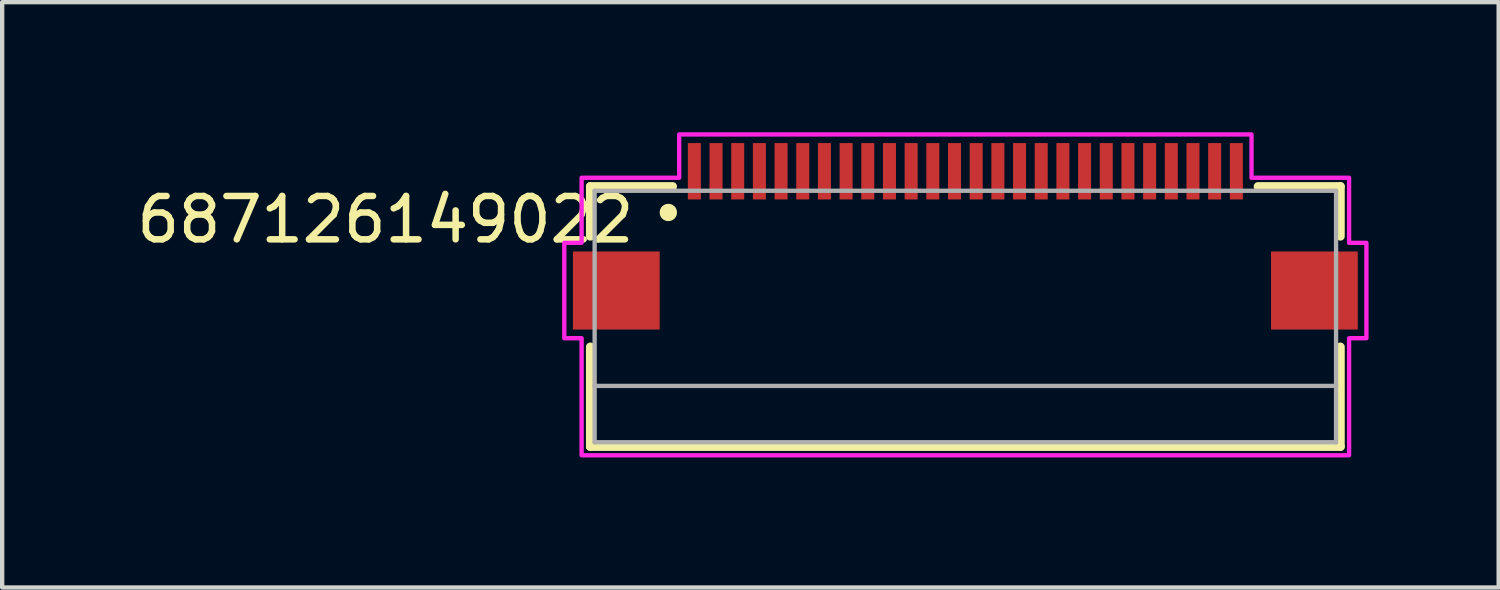
<source format=kicad_pcb>
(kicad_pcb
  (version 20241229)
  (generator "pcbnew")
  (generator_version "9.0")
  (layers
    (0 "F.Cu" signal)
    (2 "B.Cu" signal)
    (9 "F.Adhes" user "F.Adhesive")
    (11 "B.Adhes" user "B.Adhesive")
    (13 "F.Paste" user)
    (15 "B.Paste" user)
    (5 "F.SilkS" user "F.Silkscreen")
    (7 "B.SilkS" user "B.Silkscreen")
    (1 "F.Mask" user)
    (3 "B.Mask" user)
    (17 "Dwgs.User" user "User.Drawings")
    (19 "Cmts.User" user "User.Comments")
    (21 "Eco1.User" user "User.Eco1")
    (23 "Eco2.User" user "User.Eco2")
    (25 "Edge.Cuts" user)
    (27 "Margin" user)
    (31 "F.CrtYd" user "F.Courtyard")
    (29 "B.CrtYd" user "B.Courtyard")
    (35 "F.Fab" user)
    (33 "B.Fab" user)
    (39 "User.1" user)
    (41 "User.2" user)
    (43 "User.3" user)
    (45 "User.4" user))
  (footprint "687126149022"
    (layer "F.Cu")
    (at 19.214 4.25)
    (property "Reference" "687126149022" (at -13.375 -2.235 0) (layer "F.SilkS") (effects (font (size 1 1) (thickness 0.15))))
    (attr smd)
    (fp_line (start -8.65 -3) (end -8.65 -1.85) (stroke (width 0.2) (type solid)) (layer "F.SilkS"))
    (fp_line (start -8.65 0.7) (end -8.65 3) (stroke (width 0.2) (type solid)) (layer "F.SilkS"))
    (fp_line (start -8.65 3) (end 8.65 3) (stroke (width 0.2) (type solid)) (layer "F.SilkS"))
    (fp_line (start -6.75 -3) (end -8.65 -3) (stroke (width 0.2) (type solid)) (layer "F.SilkS"))
    (fp_line (start 6.75 -3) (end 8.65 -3) (stroke (width 0.2) (type solid)) (layer "F.SilkS"))
    (fp_line (start 8.65 -3) (end 8.65 -1.85) (stroke (width 0.2) (type solid)) (layer "F.SilkS"))
    (fp_line (start 8.65 3) (end 8.65 0.7) (stroke (width 0.2) (type solid)) (layer "F.SilkS"))
    (fp_circle (center -6.85 -2.4) (end -6.75 -2.4) (stroke (width 0.2) (type solid)) (fill no) (layer "F.SilkS"))
    (fp_poly (pts (xy -6.6 -4.2) (xy 6.6 -4.2) (xy 6.6 -3.2) (xy 8.85 -3.2) (xy 8.85 -1.7) (xy 9.25 -1.7) (xy 9.25 0.5) (xy 8.85 0.5) (xy 8.85 3.2) (xy -8.85 3.2) (xy -8.85 0.5) (xy -9.25 0.5) (xy -9.25 -1.7) (xy -8.85 -1.7) (xy -8.85 -3.2) (xy -6.6 -3.2)) (stroke (width 0.1) (type solid)) (fill no) (layer "F.CrtYd"))
    (fp_line (start -8.55 -2.9) (end 8.55 -2.9) (stroke (width 0.1) (type solid)) (layer "F.Fab"))
    (fp_line (start -8.55 1.6) (end -8.55 -2.9) (stroke (width 0.1) (type solid)) (layer "F.Fab"))
    (fp_line (start -8.55 1.6) (end 8.55 1.6) (stroke (width 0.1) (type solid)) (layer "F.Fab"))
    (fp_line (start -8.55 2.9) (end -8.55 1.6) (stroke (width 0.1) (type solid)) (layer "F.Fab"))
    (fp_line (start 8.55 -2.9) (end 8.55 1.6) (stroke (width 0.1) (type solid)) (layer "F.Fab"))
    (fp_line (start 8.55 1.6) (end 8.55 2.9) (stroke (width 0.1) (type solid)) (layer "F.Fab"))
    (fp_line (start 8.55 2.9) (end -8.55 2.9) (stroke (width 0.1) (type solid)) (layer "F.Fab"))
    (pad "1" smd rect (at -6.25 -3.35) (size 0.3 1.3) (layers "F.Cu" "F.Mask" "F.Paste"))
    (pad "2" smd rect (at -5.75 -3.35) (size 0.3 1.3) (layers "F.Cu" "F.Mask" "F.Paste"))
    (pad "3" smd rect (at -5.25 -3.35) (size 0.3 1.3) (layers "F.Cu" "F.Mask" "F.Paste"))
    (pad "4" smd rect (at -4.75 -3.35) (size 0.3 1.3) (layers "F.Cu" "F.Mask" "F.Paste"))
    (pad "5" smd rect (at -4.25 -3.35) (size 0.3 1.3) (layers "F.Cu" "F.Mask" "F.Paste"))
    (pad "6" smd rect (at -3.75 -3.35) (size 0.3 1.3) (layers "F.Cu" "F.Mask" "F.Paste"))
    (pad "7" smd rect (at -3.25 -3.35) (size 0.3 1.3) (layers "F.Cu" "F.Mask" "F.Paste"))
    (pad "8" smd rect (at -2.75 -3.35) (size 0.3 1.3) (layers "F.Cu" "F.Mask" "F.Paste"))
    (pad "9" smd rect (at -2.25 -3.35) (size 0.3 1.3) (layers "F.Cu" "F.Mask" "F.Paste"))
    (pad "10" smd rect (at -1.75 -3.35) (size 0.3 1.3) (layers "F.Cu" "F.Mask" "F.Paste"))
    (pad "11" smd rect (at -1.25 -3.35) (size 0.3 1.3) (layers "F.Cu" "F.Mask" "F.Paste"))
    (pad "12" smd rect (at -0.75 -3.35) (size 0.3 1.3) (layers "F.Cu" "F.Mask" "F.Paste"))
    (pad "13" smd rect (at -0.25 -3.35) (size 0.3 1.3) (layers "F.Cu" "F.Mask" "F.Paste"))
    (pad "14" smd rect (at 0.25 -3.35) (size 0.3 1.3) (layers "F.Cu" "F.Mask" "F.Paste"))
    (pad "15" smd rect (at 0.75 -3.35) (size 0.3 1.3) (layers "F.Cu" "F.Mask" "F.Paste"))
    (pad "16" smd rect (at 1.25 -3.35) (size 0.3 1.3) (layers "F.Cu" "F.Mask" "F.Paste"))
    (pad "17" smd rect (at 1.75 -3.35) (size 0.3 1.3) (layers "F.Cu" "F.Mask" "F.Paste"))
    (pad "18" smd rect (at 2.25 -3.35) (size 0.3 1.3) (layers "F.Cu" "F.Mask" "F.Paste"))
    (pad "19" smd rect (at 2.75 -3.35) (size 0.3 1.3) (layers "F.Cu" "F.Mask" "F.Paste"))
    (pad "20" smd rect (at 3.25 -3.35) (size 0.3 1.3) (layers "F.Cu" "F.Mask" "F.Paste"))
    (pad "21" smd rect (at 3.75 -3.35) (size 0.3 1.3) (layers "F.Cu" "F.Mask" "F.Paste"))
    (pad "22" smd rect (at 4.25 -3.35) (size 0.3 1.3) (layers "F.Cu" "F.Mask" "F.Paste"))
    (pad "23" smd rect (at 4.75 -3.35) (size 0.3 1.3) (layers "F.Cu" "F.Mask" "F.Paste"))
    (pad "24" smd rect (at 5.25 -3.35) (size 0.3 1.3) (layers "F.Cu" "F.Mask" "F.Paste"))
    (pad "25" smd rect (at 5.75 -3.35) (size 0.3 1.3) (layers "F.Cu" "F.Mask" "F.Paste"))
    (pad "26" smd rect (at 6.25 -3.35) (size 0.3 1.3) (layers "F.Cu" "F.Mask" "F.Paste"))
    (pad "Z1" smd rect (at -8.05 -0.6) (size 2 1.8) (layers "F.Cu" "F.Mask" "F.Paste"))
    (pad "Z2" smd rect (at 8.05 -0.6) (size 2 1.8) (layers "F.Cu" "F.Mask" "F.Paste")))
  (gr_rect
    (start -3 -3)
    (end 31.514 10.5)
    (stroke (width 0.1) (type default))
    (fill no)
    (layer "Edge.Cuts")))
</source>
